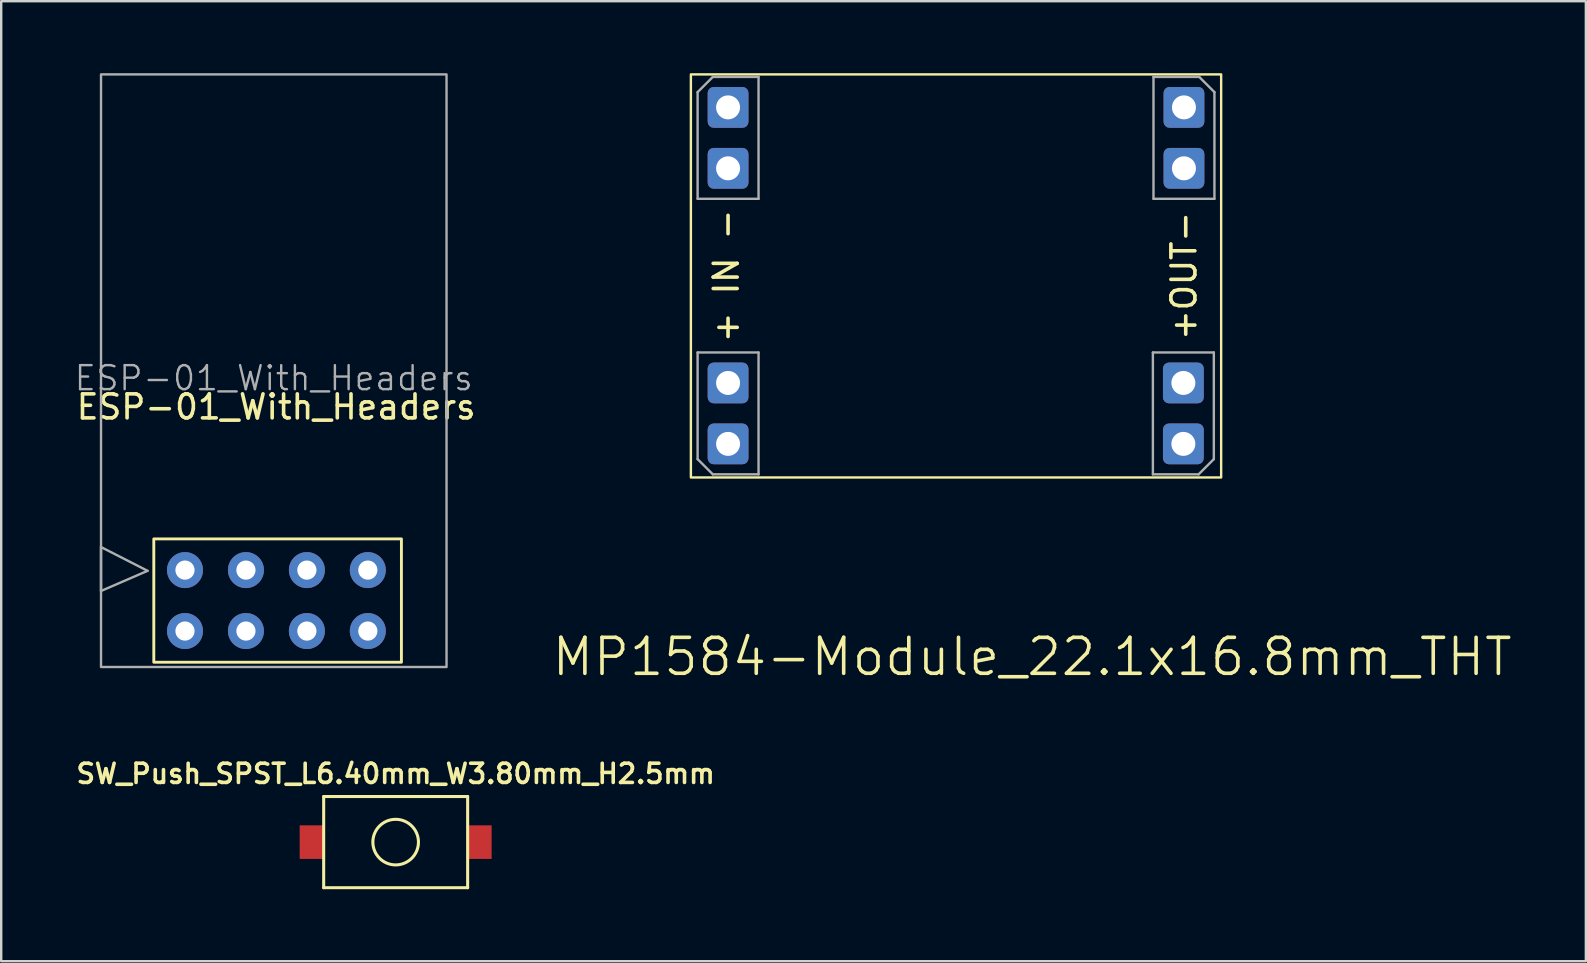
<source format=kicad_pcb>
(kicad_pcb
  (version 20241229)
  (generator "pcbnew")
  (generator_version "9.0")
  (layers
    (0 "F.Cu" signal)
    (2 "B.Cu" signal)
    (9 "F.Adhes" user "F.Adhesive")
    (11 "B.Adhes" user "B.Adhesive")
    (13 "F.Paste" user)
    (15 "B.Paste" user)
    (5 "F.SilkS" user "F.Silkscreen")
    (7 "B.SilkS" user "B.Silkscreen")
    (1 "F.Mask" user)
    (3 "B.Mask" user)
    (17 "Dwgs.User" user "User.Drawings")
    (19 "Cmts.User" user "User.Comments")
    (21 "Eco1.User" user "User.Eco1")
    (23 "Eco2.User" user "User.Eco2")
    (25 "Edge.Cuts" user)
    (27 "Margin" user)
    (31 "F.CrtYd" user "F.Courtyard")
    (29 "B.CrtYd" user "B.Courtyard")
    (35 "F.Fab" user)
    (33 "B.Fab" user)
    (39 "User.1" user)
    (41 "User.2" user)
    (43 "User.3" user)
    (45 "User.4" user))
  (footprint "MP1584-Module_22.1x16.8mm_THT"
    (layer "F.Cu")
    (at 36.794 8.45)
    (property "Reference" "MP1584-Module_22.1x16.8mm_THT" (at 3.175 15.875 0) (layer "F.SilkS") (effects (font (size 1.5 1.5) (thickness 0.15))))
    (attr through_hole)
    (fp_rect (start -11.05 -8.4) (end 11.05 8.4) (stroke (width 0.1) (type solid)) (fill no) (layer "F.SilkS"))
    (fp_line (start -10.77 -7.66) (end -10.135 -8.295) (stroke (width 0.1) (type solid)) (layer "F.Fab"))
    (fp_line (start -10.77 -3.215) (end -10.77 -7.66) (stroke (width 0.1) (type solid)) (layer "F.Fab"))
    (fp_line (start -10.77 3.19) (end -10.77 7.635) (stroke (width 0.1) (type solid)) (layer "F.Fab"))
    (fp_line (start -10.77 7.635) (end -10.135 8.27) (stroke (width 0.1) (type solid)) (layer "F.Fab"))
    (fp_line (start -10.135 -8.295) (end -8.23 -8.295) (stroke (width 0.1) (type solid)) (layer "F.Fab"))
    (fp_line (start -10.135 8.27) (end -8.23 8.27) (stroke (width 0.1) (type solid)) (layer "F.Fab"))
    (fp_line (start -8.23 -8.295) (end -8.23 -3.215) (stroke (width 0.1) (type solid)) (layer "F.Fab"))
    (fp_line (start -8.23 -3.215) (end -10.77 -3.215) (stroke (width 0.1) (type solid)) (layer "F.Fab"))
    (fp_line (start -8.23 3.19) (end -10.77 3.19) (stroke (width 0.1) (type solid)) (layer "F.Fab"))
    (fp_line (start -8.23 8.27) (end -8.23 3.19) (stroke (width 0.1) (type solid)) (layer "F.Fab"))
    (fp_line (start 8.205 3.19) (end 10.745 3.19) (stroke (width 0.1) (type solid)) (layer "F.Fab"))
    (fp_line (start 8.205 8.27) (end 8.205 3.19) (stroke (width 0.1) (type solid)) (layer "F.Fab"))
    (fp_line (start 8.23 -8.295) (end 8.23 -3.215) (stroke (width 0.1) (type solid)) (layer "F.Fab"))
    (fp_line (start 8.23 -3.215) (end 10.77 -3.215) (stroke (width 0.1) (type solid)) (layer "F.Fab"))
    (fp_line (start 10.11 8.27) (end 8.205 8.27) (stroke (width 0.1) (type solid)) (layer "F.Fab"))
    (fp_line (start 10.135 -8.295) (end 8.23 -8.295) (stroke (width 0.1) (type solid)) (layer "F.Fab"))
    (fp_line (start 10.745 3.19) (end 10.745 7.635) (stroke (width 0.1) (type solid)) (layer "F.Fab"))
    (fp_line (start 10.745 7.635) (end 10.11 8.27) (stroke (width 0.1) (type solid)) (layer "F.Fab"))
    (fp_line (start 10.77 -7.66) (end 10.135 -8.295) (stroke (width 0.1) (type solid)) (layer "F.Fab"))
    (fp_line (start 10.77 -3.215) (end 10.77 -7.66) (stroke (width 0.1) (type solid)) (layer "F.Fab"))
    (fp_text user "+ IN -" (at -9.575 0 90) (layer "F.SilkS") (effects (font (size 1 1) (thickness 0.15))))
    (fp_text user "+OUT-" (at 9.5 0 90) (layer "F.SilkS") (effects (font (size 1 1) (thickness 0.15))))
    (pad "1" thru_hole roundrect (at -9.5 4.46 180) (size 1.7 1.7) (drill 1) (layers "*.Cu" "*.Mask") (roundrect_rratio 0.147))
    (pad "1" thru_hole roundrect (at -9.5 7 180) (size 1.7 1.7) (drill 1) (layers "*.Cu" "*.Mask") (roundrect_rratio 0.147))
    (pad "2" thru_hole roundrect (at -9.5 -7.025) (size 1.7 1.7) (drill 1) (layers "*.Cu" "*.Mask") (roundrect_rratio 0.147))
    (pad "2" thru_hole roundrect (at -9.5 -4.485) (size 1.7 1.7) (drill 1) (layers "*.Cu" "*.Mask") (roundrect_rratio 0.147))
    (pad "3" thru_hole roundrect (at 9.475 4.46 180) (size 1.7 1.7) (drill 1) (layers "*.Cu" "*.Mask") (roundrect_rratio 0.147))
    (pad "3" thru_hole roundrect (at 9.475 7 180) (size 1.7 1.7) (drill 1) (layers "*.Cu" "*.Mask") (roundrect_rratio 0.147))
    (pad "4" thru_hole roundrect (at 9.5 -7.025) (size 1.7 1.7) (drill 1) (layers "*.Cu" "*.Mask") (roundrect_rratio 0.147))
    (pad "4" thru_hole roundrect (at 9.5 -4.485) (size 1.7 1.7) (drill 1) (layers "*.Cu" "*.Mask") (roundrect_rratio 0.147)))
  (footprint "SW_Push_SPST_L6.40mm_W3.80mm_H2.5mm"
    (layer "F.Cu")
    (at 13.44 32.047)
    (property "Reference" "SW_Push_SPST_L6.40mm_W3.80mm_H2.5mm" (at 0 -2.85 0) (layer "F.SilkS") (effects (font (size 0.8 0.8) (thickness 0.15))))
    (attr smd)
    (fp_line (start -3 -1.9) (end -3 1.9) (stroke (width 0.127) (type solid)) (layer "F.SilkS"))
    (fp_line (start -3 1.9) (end 3 1.9) (stroke (width 0.127) (type solid)) (layer "F.SilkS"))
    (fp_line (start 3 -1.9) (end -3 -1.9) (stroke (width 0.127) (type solid)) (layer "F.SilkS"))
    (fp_line (start 3 1.9) (end 3 -1.9) (stroke (width 0.127) (type solid)) (layer "F.SilkS"))
    (fp_circle (center 0 0) (end 0.95 0) (stroke (width 0.127) (type solid)) (fill no) (layer "F.SilkS"))
    (pad "1" smd rect (at -3.5 0) (size 1 1.4) (layers "F.Cu" "F.Mask" "F.Paste"))
    (pad "2" smd rect (at 3.5 0) (size 1 1.4) (layers "F.Cu" "F.Mask" "F.Paste")))
  (footprint "ESP-01_With_Headers"
    (layer "F.Cu")
    (at 4.66 20.71)
    (property "Reference" "ESP-01_With_Headers" (at 3.8 -6.8 0) (layer "F.SilkS") (effects (font (size 1 1) (thickness 0.15))))
    (attr through_hole)
    (fp_rect (start -1.3 -1.3) (end 9.02 3.84) (stroke (width 0.12) (type default)) (fill no) (layer "F.SilkS"))
    (fp_line (start -3.5 -0.96) (end -3.5 0.87) (stroke (width 0.1) (type default)) (layer "F.Fab"))
    (fp_line (start -1.56 0.03) (end -3.5 -0.96) (stroke (width 0.1) (type default)) (layer "F.Fab"))
    (fp_line (start -1.56 0.03) (end -3.5 0.87) (stroke (width 0.1) (type default)) (layer "F.Fab"))
    (fp_rect (start -3.5 -20.66) (end 10.9 4.04) (stroke (width 0.1) (type default)) (fill no) (layer "F.Fab"))
    (fp_text user "${REFERENCE}" (at 3.7 -8 0) (layer "F.Fab") (effects (font (size 1 1) (thickness 0.1))))
    (pad "1" thru_hole circle (at 0 0) (size 1.5 1.5) (drill 0.8) (layers "*.Cu" "*.Mask"))
    (pad "2" thru_hole circle (at 2.54 0) (size 1.5 1.5) (drill 0.8) (layers "*.Cu" "*.Mask"))
    (pad "3" thru_hole circle (at 5.08 0) (size 1.5 1.5) (drill 0.8) (layers "*.Cu" "*.Mask"))
    (pad "4" thru_hole circle (at 7.62 0) (size 1.5 1.5) (drill 0.8) (layers "*.Cu" "*.Mask"))
    (pad "5" thru_hole circle (at 0 2.54) (size 1.5 1.5) (drill 0.8) (layers "*.Cu" "*.Mask"))
    (pad "6" thru_hole circle (at 2.54 2.54) (size 1.5 1.5) (drill 0.8) (layers "*.Cu" "*.Mask"))
    (pad "7" thru_hole circle (at 5.08 2.54) (size 1.5 1.5) (drill 0.8) (layers "*.Cu" "*.Mask"))
    (pad "8" thru_hole circle (at 7.62 2.54) (size 1.5 1.5) (drill 0.8) (layers "*.Cu" "*.Mask")))
  (gr_rect
    (start -3 -3)
    (end 63.044 37.011)
    (stroke (width 0.1) (type default))
    (fill no)
    (layer "Edge.Cuts")))
</source>
